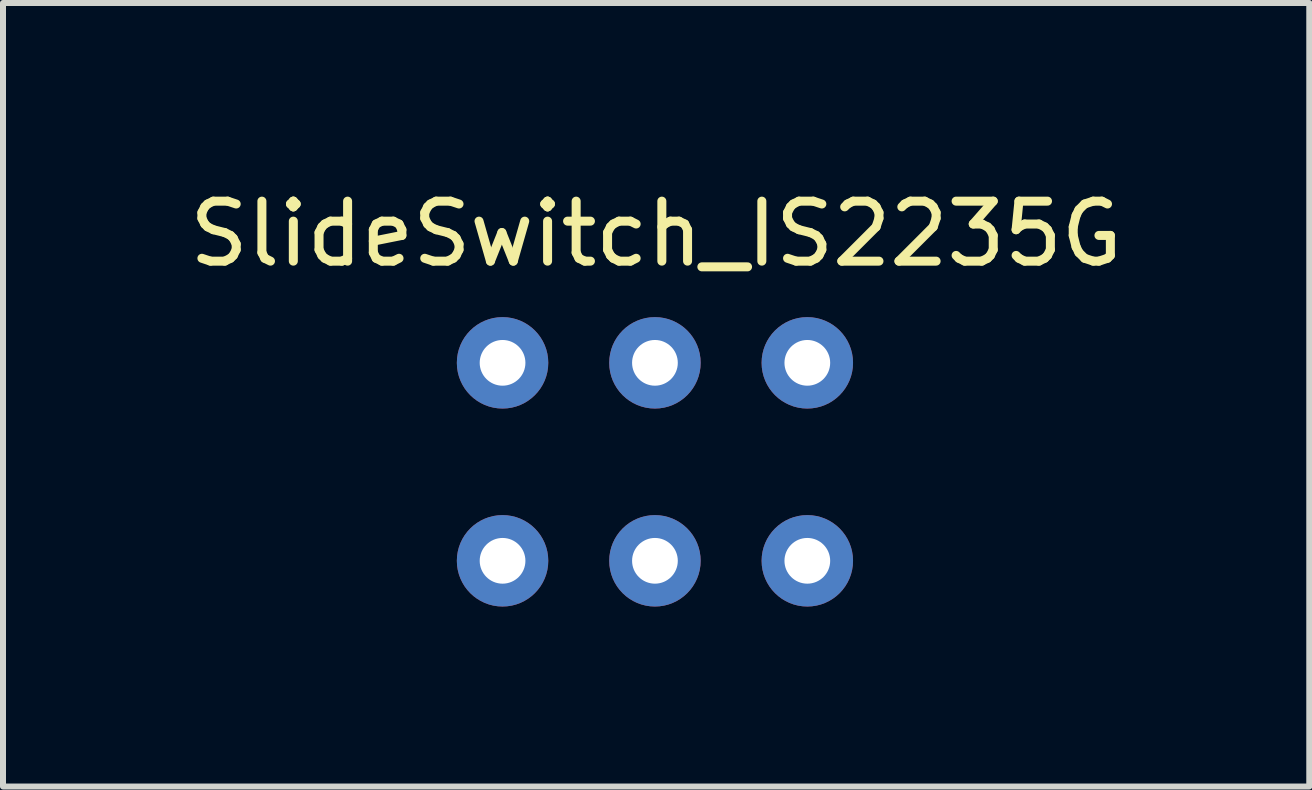
<source format=kicad_pcb>
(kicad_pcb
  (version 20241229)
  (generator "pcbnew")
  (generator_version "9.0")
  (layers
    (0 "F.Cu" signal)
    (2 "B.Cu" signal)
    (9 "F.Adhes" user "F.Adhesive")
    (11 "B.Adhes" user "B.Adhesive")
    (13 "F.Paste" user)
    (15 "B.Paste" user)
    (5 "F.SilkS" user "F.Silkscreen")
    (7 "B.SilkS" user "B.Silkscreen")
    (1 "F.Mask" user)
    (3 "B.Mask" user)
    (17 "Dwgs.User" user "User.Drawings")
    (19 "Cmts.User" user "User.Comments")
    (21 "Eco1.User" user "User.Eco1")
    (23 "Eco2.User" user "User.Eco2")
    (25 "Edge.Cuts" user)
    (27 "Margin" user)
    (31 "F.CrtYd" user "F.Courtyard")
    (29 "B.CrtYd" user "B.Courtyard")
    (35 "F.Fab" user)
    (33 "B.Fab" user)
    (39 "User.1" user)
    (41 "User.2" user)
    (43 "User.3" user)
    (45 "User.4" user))
  (footprint "SlideSwitch_IS2235G"
    (layer "F.Cu")
    (at 7.887 4.658)
    (property "Reference" "SlideSwitch_IS2235G" (at 0 -3.81 0) (layer "F.SilkS") (effects (font (size 1 1) (thickness 0.15))))
    (attr through_hole)
    (pad "1" thru_hole circle (at -2.56 -1.66) (size 1.524 1.524) (drill 0.762) (layers "*.Cu" "*.Mask"))
    (pad "2" thru_hole circle (at -0.02 -1.66) (size 1.524 1.524) (drill 0.762) (layers "*.Cu" "*.Mask"))
    (pad "3" thru_hole circle (at 2.52 -1.66) (size 1.524 1.524) (drill 0.762) (layers "*.Cu" "*.Mask"))
    (pad "4" thru_hole circle (at -2.56 1.64) (size 1.524 1.524) (drill 0.762) (layers "*.Cu" "*.Mask"))
    (pad "5" thru_hole circle (at -0.02 1.64) (size 1.524 1.524) (drill 0.762) (layers "*.Cu" "*.Mask"))
    (pad "6" thru_hole circle (at 2.52 1.64) (size 1.524 1.524) (drill 0.762) (layers "*.Cu" "*.Mask")))
  (gr_rect
    (start -3 -3)
    (end 18.774 10.06)
    (stroke (width 0.1) (type default))
    (fill no)
    (layer "Edge.Cuts")))
</source>
